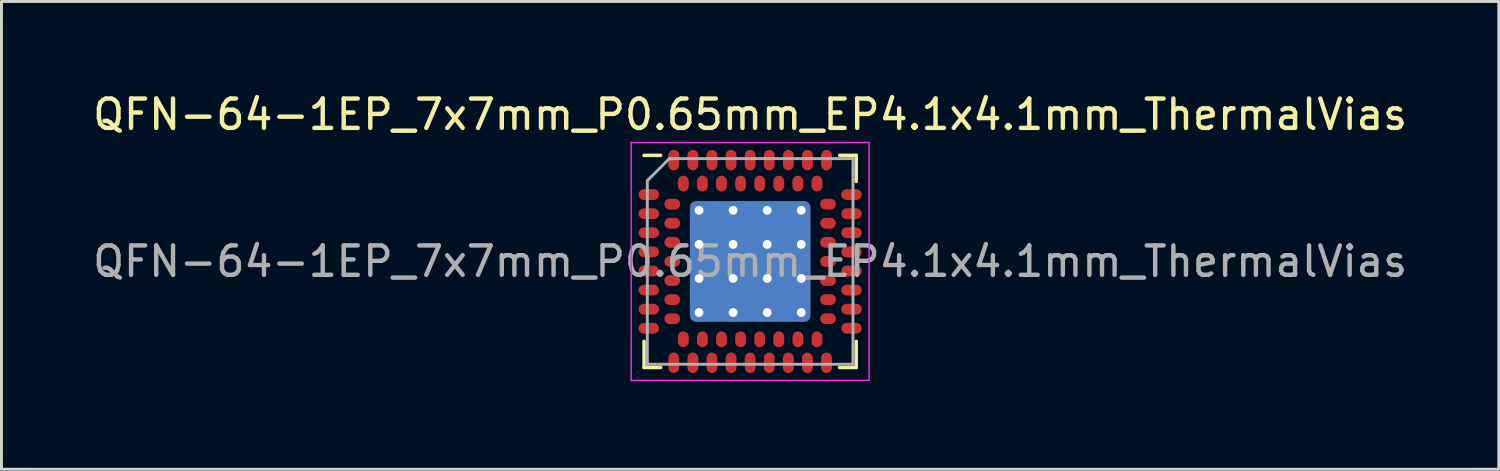
<source format=kicad_pcb>
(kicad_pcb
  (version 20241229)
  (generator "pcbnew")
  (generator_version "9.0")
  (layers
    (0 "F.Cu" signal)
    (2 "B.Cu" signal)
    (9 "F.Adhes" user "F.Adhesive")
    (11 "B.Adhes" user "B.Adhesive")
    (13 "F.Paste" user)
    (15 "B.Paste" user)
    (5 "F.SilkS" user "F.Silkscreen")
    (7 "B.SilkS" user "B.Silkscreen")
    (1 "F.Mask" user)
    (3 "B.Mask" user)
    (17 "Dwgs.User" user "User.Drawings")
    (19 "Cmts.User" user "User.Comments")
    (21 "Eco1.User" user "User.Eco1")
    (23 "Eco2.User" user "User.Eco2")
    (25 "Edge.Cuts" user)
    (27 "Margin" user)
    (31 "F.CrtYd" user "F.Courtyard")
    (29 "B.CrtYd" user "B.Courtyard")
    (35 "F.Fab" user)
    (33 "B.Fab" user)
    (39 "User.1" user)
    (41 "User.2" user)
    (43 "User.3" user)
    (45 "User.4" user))
  (footprint "QFN-64-1EP_7x7mm_P0.65mm_EP4.1x4.1mm_ThermalVias"
    (layer "F.Cu")
    (at 22.482 5.848)
    (property "Reference" "QFN-64-1EP_7x7mm_P0.65mm_EP4.1x4.1mm_ThermalVias" (at 0 -5 0) (layer "F.SilkS") (effects (font (size 1 1) (thickness 0.15))))
    (attr smd)
    (fp_line (start -3.61 3.61) (end -3.61 2.72) (stroke (width 0.12) (type solid)) (layer "F.SilkS"))
    (fp_line (start -3.045 -3.61) (end -3.61 -3.61) (stroke (width 0.12) (type solid)) (layer "F.SilkS"))
    (fp_line (start -3.045 3.61) (end -3.61 3.61) (stroke (width 0.12) (type solid)) (layer "F.SilkS"))
    (fp_line (start 3.045 -3.61) (end 3.61 -3.61) (stroke (width 0.12) (type solid)) (layer "F.SilkS"))
    (fp_line (start 3.61 -3.61) (end 3.61 -2.72) (stroke (width 0.12) (type solid)) (layer "F.SilkS"))
    (fp_line (start 3.61 2.72) (end 3.61 3.61) (stroke (width 0.12) (type solid)) (layer "F.SilkS"))
    (fp_line (start 3.61 3.61) (end 3.045 3.61) (stroke (width 0.12) (type solid)) (layer "F.SilkS"))
    (fp_line (start -4.05 -4.05) (end 4.05 -4.05) (stroke (width 0.05) (type solid)) (layer "F.CrtYd"))
    (fp_line (start -4.05 4.05) (end -4.05 -4.05) (stroke (width 0.05) (type solid)) (layer "F.CrtYd"))
    (fp_line (start 4.05 -4.05) (end 4.05 4.05) (stroke (width 0.05) (type solid)) (layer "F.CrtYd"))
    (fp_line (start 4.05 4.05) (end -4.05 4.05) (stroke (width 0.05) (type solid)) (layer "F.CrtYd"))
    (fp_line (start -3.5 -2.75) (end -2.75 -3.5) (stroke (width 0.1) (type solid)) (layer "F.Fab"))
    (fp_line (start -3.5 3.5) (end -3.5 -2.75) (stroke (width 0.1) (type solid)) (layer "F.Fab"))
    (fp_line (start -2.75 -3.5) (end 3.5 -3.5) (stroke (width 0.1) (type solid)) (layer "F.Fab"))
    (fp_line (start 3.5 -3.5) (end 3.5 3.5) (stroke (width 0.1) (type solid)) (layer "F.Fab"))
    (fp_line (start 3.5 3.5) (end -3.5 3.5) (stroke (width 0.1) (type solid)) (layer "F.Fab"))
    (fp_text user "${REFERENCE}" (at 0 0 0) (layer "F.Fab") (effects (font (size 1 1) (thickness 0.15))))
    (pad "" smd roundrect (at -1.16 -1.16) (size 1 1) (layers "F.Paste") (roundrect_rratio 0.25))
    (pad "" smd roundrect (at -1.16 0) (size 1 1) (layers "F.Paste") (roundrect_rratio 0.25))
    (pad "" smd roundrect (at -1.16 1.16) (size 1 1) (layers "F.Paste") (roundrect_rratio 0.25))
    (pad "" smd roundrect (at 0 -1.16) (size 1 1) (layers "F.Paste") (roundrect_rratio 0.25))
    (pad "" smd roundrect (at 0 0) (size 1 1) (layers "F.Paste") (roundrect_rratio 0.25))
    (pad "" smd roundrect (at 0 1.16) (size 1 1) (layers "F.Paste") (roundrect_rratio 0.25))
    (pad "" smd roundrect (at 1.16 -1.16) (size 1 1) (layers "F.Paste") (roundrect_rratio 0.25))
    (pad "" smd roundrect (at 1.16 0) (size 1 1) (layers "F.Paste") (roundrect_rratio 0.25))
    (pad "" smd roundrect (at 1.16 1.16) (size 1 1) (layers "F.Paste") (roundrect_rratio 0.25))
    (pad "A1" smd roundrect (at -3.45 -2.275) (size 0.7 0.37) (layers "F.Cu" "F.Mask" "F.Paste") (roundrect_rratio 0.5))
    (pad "A2" smd roundrect (at -3.45 -1.625) (size 0.7 0.37) (layers "F.Cu" "F.Mask" "F.Paste") (roundrect_rratio 0.5))
    (pad "A3" smd roundrect (at -3.45 -0.975) (size 0.7 0.37) (layers "F.Cu" "F.Mask" "F.Paste") (roundrect_rratio 0.5))
    (pad "A4" smd roundrect (at -3.45 -0.325) (size 0.7 0.37) (layers "F.Cu" "F.Mask" "F.Paste") (roundrect_rratio 0.5))
    (pad "A5" smd roundrect (at -3.45 0.325) (size 0.7 0.37) (layers "F.Cu" "F.Mask" "F.Paste") (roundrect_rratio 0.5))
    (pad "A6" smd roundrect (at -3.45 0.975) (size 0.7 0.37) (layers "F.Cu" "F.Mask" "F.Paste") (roundrect_rratio 0.5))
    (pad "A7" smd roundrect (at -3.45 1.625) (size 0.7 0.37) (layers "F.Cu" "F.Mask" "F.Paste") (roundrect_rratio 0.5))
    (pad "A8" smd roundrect (at -3.45 2.275) (size 0.7 0.37) (layers "F.Cu" "F.Mask" "F.Paste") (roundrect_rratio 0.5))
    (pad "A9" smd roundrect (at -2.6 3.45 90) (size 0.7 0.37) (layers "F.Cu" "F.Mask" "F.Paste") (roundrect_rratio 0.5))
    (pad "A10" smd roundrect (at -1.95 3.45 90) (size 0.7 0.37) (layers "F.Cu" "F.Mask" "F.Paste") (roundrect_rratio 0.5))
    (pad "A11" smd roundrect (at -1.3 3.45 90) (size 0.7 0.37) (layers "F.Cu" "F.Mask" "F.Paste") (roundrect_rratio 0.5))
    (pad "A12" smd roundrect (at -0.65 3.45 90) (size 0.7 0.37) (layers "F.Cu" "F.Mask" "F.Paste") (roundrect_rratio 0.5))
    (pad "A13" smd roundrect (at 0 3.45 90) (size 0.7 0.37) (layers "F.Cu" "F.Mask" "F.Paste") (roundrect_rratio 0.5))
    (pad "A14" smd roundrect (at 0.65 3.45 90) (size 0.7 0.37) (layers "F.Cu" "F.Mask" "F.Paste") (roundrect_rratio 0.5))
    (pad "A15" smd roundrect (at 1.3 3.45 90) (size 0.7 0.37) (layers "F.Cu" "F.Mask" "F.Paste") (roundrect_rratio 0.5))
    (pad "A16" smd roundrect (at 1.95 3.45 90) (size 0.7 0.37) (layers "F.Cu" "F.Mask" "F.Paste") (roundrect_rratio 0.5))
    (pad "A17" smd roundrect (at 2.6 3.45 90) (size 0.7 0.37) (layers "F.Cu" "F.Mask" "F.Paste") (roundrect_rratio 0.5))
    (pad "A18" smd roundrect (at 3.45 2.275) (size 0.7 0.37) (layers "F.Cu" "F.Mask" "F.Paste") (roundrect_rratio 0.5))
    (pad "A19" smd roundrect (at 3.45 1.625) (size 0.7 0.37) (layers "F.Cu" "F.Mask" "F.Paste") (roundrect_rratio 0.5))
    (pad "A20" smd roundrect (at 3.45 0.975) (size 0.7 0.37) (layers "F.Cu" "F.Mask" "F.Paste") (roundrect_rratio 0.5))
    (pad "A21" smd roundrect (at 3.45 0.325) (size 0.7 0.37) (layers "F.Cu" "F.Mask" "F.Paste") (roundrect_rratio 0.5))
    (pad "A22" smd roundrect (at 3.45 -0.325) (size 0.7 0.37) (layers "F.Cu" "F.Mask" "F.Paste") (roundrect_rratio 0.5))
    (pad "A23" smd roundrect (at 3.45 -0.975) (size 0.7 0.37) (layers "F.Cu" "F.Mask" "F.Paste") (roundrect_rratio 0.5))
    (pad "A24" smd roundrect (at 3.45 -1.625) (size 0.7 0.37) (layers "F.Cu" "F.Mask" "F.Paste") (roundrect_rratio 0.5))
    (pad "A25" smd roundrect (at 3.45 -2.275) (size 0.7 0.37) (layers "F.Cu" "F.Mask" "F.Paste") (roundrect_rratio 0.5))
    (pad "A26" smd roundrect (at 2.6 -3.45 90) (size 0.7 0.37) (layers "F.Cu" "F.Mask" "F.Paste") (roundrect_rratio 0.5))
    (pad "A27" smd roundrect (at 1.95 -3.45 90) (size 0.7 0.37) (layers "F.Cu" "F.Mask" "F.Paste") (roundrect_rratio 0.5))
    (pad "A28" smd roundrect (at 1.3 -3.45 90) (size 0.7 0.37) (layers "F.Cu" "F.Mask" "F.Paste") (roundrect_rratio 0.5))
    (pad "A29" smd roundrect (at 0.65 -3.45 90) (size 0.7 0.37) (layers "F.Cu" "F.Mask" "F.Paste") (roundrect_rratio 0.5))
    (pad "A30" smd roundrect (at 0 -3.45 90) (size 0.7 0.37) (layers "F.Cu" "F.Mask" "F.Paste") (roundrect_rratio 0.5))
    (pad "A31" smd roundrect (at -0.65 -3.45 90) (size 0.7 0.37) (layers "F.Cu" "F.Mask" "F.Paste") (roundrect_rratio 0.5))
    (pad "A32" smd roundrect (at -1.3 -3.45 90) (size 0.7 0.37) (layers "F.Cu" "F.Mask" "F.Paste") (roundrect_rratio 0.5))
    (pad "A33" smd roundrect (at -1.95 -3.45 90) (size 0.7 0.37) (layers "F.Cu" "F.Mask" "F.Paste") (roundrect_rratio 0.5))
    (pad "A34" smd roundrect (at -2.6 -3.45 90) (size 0.7 0.37) (layers "F.Cu" "F.Mask" "F.Paste") (roundrect_rratio 0.5))
    (pad "B1" smd roundrect (at -2.65 -1.95) (size 0.54 0.37) (layers "F.Cu" "F.Mask" "F.Paste") (roundrect_rratio 0.5))
    (pad "B2" smd roundrect (at -2.65 -1.3) (size 0.54 0.37) (layers "F.Cu" "F.Mask" "F.Paste") (roundrect_rratio 0.5))
    (pad "B3" smd roundrect (at -2.65 -0.65) (size 0.54 0.37) (layers "F.Cu" "F.Mask" "F.Paste") (roundrect_rratio 0.5))
    (pad "B4" smd roundrect (at -2.65 0) (size 0.54 0.37) (layers "F.Cu" "F.Mask" "F.Paste") (roundrect_rratio 0.5))
    (pad "B5" smd roundrect (at -2.65 0.65) (size 0.54 0.37) (layers "F.Cu" "F.Mask" "F.Paste") (roundrect_rratio 0.5))
    (pad "B6" smd roundrect (at -2.65 1.3) (size 0.54 0.37) (layers "F.Cu" "F.Mask" "F.Paste") (roundrect_rratio 0.5))
    (pad "B7" smd roundrect (at -2.65 1.95) (size 0.54 0.37) (layers "F.Cu" "F.Mask" "F.Paste") (roundrect_rratio 0.5))
    (pad "B8" smd roundrect (at -2.275 2.65 90) (size 0.54 0.37) (layers "F.Cu" "F.Mask" "F.Paste") (roundrect_rratio 0.5))
    (pad "B9" smd roundrect (at -1.625 2.65 90) (size 0.54 0.37) (layers "F.Cu" "F.Mask" "F.Paste") (roundrect_rratio 0.5))
    (pad "B10" smd roundrect (at -0.975 2.65 90) (size 0.54 0.37) (layers "F.Cu" "F.Mask" "F.Paste") (roundrect_rratio 0.5))
    (pad "B11" smd roundrect (at -0.325 2.65 90) (size 0.54 0.37) (layers "F.Cu" "F.Mask" "F.Paste") (roundrect_rratio 0.5))
    (pad "B12" smd roundrect (at 0.325 2.65 90) (size 0.54 0.37) (layers "F.Cu" "F.Mask" "F.Paste") (roundrect_rratio 0.5))
    (pad "B13" smd roundrect (at 0.975 2.65 90) (size 0.54 0.37) (layers "F.Cu" "F.Mask" "F.Paste") (roundrect_rratio 0.5))
    (pad "B14" smd roundrect (at 1.625 2.65 90) (size 0.54 0.37) (layers "F.Cu" "F.Mask" "F.Paste") (roundrect_rratio 0.5))
    (pad "B15" smd roundrect (at 2.275 2.65 90) (size 0.54 0.37) (layers "F.Cu" "F.Mask" "F.Paste") (roundrect_rratio 0.5))
    (pad "B16" smd roundrect (at 2.65 1.95) (size 0.54 0.37) (layers "F.Cu" "F.Mask" "F.Paste") (roundrect_rratio 0.5))
    (pad "B17" smd roundrect (at 2.65 1.3) (size 0.54 0.37) (layers "F.Cu" "F.Mask" "F.Paste") (roundrect_rratio 0.5))
    (pad "B18" smd roundrect (at 2.65 0.65) (size 0.54 0.37) (layers "F.Cu" "F.Mask" "F.Paste") (roundrect_rratio 0.5))
    (pad "B19" smd roundrect (at 2.65 0) (size 0.54 0.37) (layers "F.Cu" "F.Mask" "F.Paste") (roundrect_rratio 0.5))
    (pad "B20" smd roundrect (at 2.65 -0.65) (size 0.54 0.37) (layers "F.Cu" "F.Mask" "F.Paste") (roundrect_rratio 0.5))
    (pad "B21" smd roundrect (at 2.65 -1.3) (size 0.54 0.37) (layers "F.Cu" "F.Mask" "F.Paste") (roundrect_rratio 0.5))
    (pad "B22" smd roundrect (at 2.65 -1.95) (size 0.54 0.37) (layers "F.Cu" "F.Mask" "F.Paste") (roundrect_rratio 0.5))
    (pad "B23" smd roundrect (at 2.275 -2.65 90) (size 0.54 0.37) (layers "F.Cu" "F.Mask" "F.Paste") (roundrect_rratio 0.5))
    (pad "B24" smd roundrect (at 1.625 -2.65 90) (size 0.54 0.37) (layers "F.Cu" "F.Mask" "F.Paste") (roundrect_rratio 0.5))
    (pad "B25" smd roundrect (at 0.975 -2.65 90) (size 0.54 0.37) (layers "F.Cu" "F.Mask" "F.Paste") (roundrect_rratio 0.5))
    (pad "B26" smd roundrect (at 0.325 -2.65 90) (size 0.54 0.37) (layers "F.Cu" "F.Mask" "F.Paste") (roundrect_rratio 0.5))
    (pad "B27" smd roundrect (at -0.325 -2.65 90) (size 0.54 0.37) (layers "F.Cu" "F.Mask" "F.Paste") (roundrect_rratio 0.5))
    (pad "B28" smd roundrect (at -0.975 -2.65 90) (size 0.54 0.37) (layers "F.Cu" "F.Mask" "F.Paste") (roundrect_rratio 0.5))
    (pad "B29" smd roundrect (at -1.625 -2.65 90) (size 0.54 0.37) (layers "F.Cu" "F.Mask" "F.Paste") (roundrect_rratio 0.5))
    (pad "B30" smd roundrect (at -2.275 -2.65 90) (size 0.54 0.37) (layers "F.Cu" "F.Mask" "F.Paste") (roundrect_rratio 0.5))
    (pad "EP" thru_hole circle (at -1.74 -1.74) (size 0.6 0.6) (drill 0.3) (layers "*.Cu"))
    (pad "EP" thru_hole circle (at -1.74 -0.58) (size 0.6 0.6) (drill 0.3) (layers "*.Cu"))
    (pad "EP" thru_hole circle (at -1.74 0.58) (size 0.6 0.6) (drill 0.3) (layers "*.Cu"))
    (pad "EP" thru_hole circle (at -1.74 1.74) (size 0.6 0.6) (drill 0.3) (layers "*.Cu"))
    (pad "EP" thru_hole circle (at -0.58 -1.74) (size 0.6 0.6) (drill 0.3) (layers "*.Cu"))
    (pad "EP" thru_hole circle (at -0.58 -0.58) (size 0.6 0.6) (drill 0.3) (layers "*.Cu"))
    (pad "EP" thru_hole circle (at -0.58 0.58) (size 0.6 0.6) (drill 0.3) (layers "*.Cu"))
    (pad "EP" thru_hole circle (at -0.58 1.74) (size 0.6 0.6) (drill 0.3) (layers "*.Cu"))
    (pad "EP" smd roundrect (at 0 0) (size 4.1 4.1) (layers "F.Cu" "F.Mask") (roundrect_rratio 0.05))
    (pad "EP" smd roundrect (at 0 0) (size 4.1 4.1) (layers "B.Cu") (roundrect_rratio 0.05))
    (pad "EP" thru_hole circle (at 0.58 -1.74) (size 0.6 0.6) (drill 0.3) (layers "*.Cu"))
    (pad "EP" thru_hole circle (at 0.58 -0.58) (size 0.6 0.6) (drill 0.3) (layers "*.Cu"))
    (pad "EP" thru_hole circle (at 0.58 0.58) (size 0.6 0.6) (drill 0.3) (layers "*.Cu"))
    (pad "EP" thru_hole circle (at 0.58 1.74) (size 0.6 0.6) (drill 0.3) (layers "*.Cu"))
    (pad "EP" thru_hole circle (at 1.74 -1.74) (size 0.6 0.6) (drill 0.3) (layers "*.Cu"))
    (pad "EP" thru_hole circle (at 1.74 -0.58) (size 0.6 0.6) (drill 0.3) (layers "*.Cu"))
    (pad "EP" thru_hole circle (at 1.74 0.58) (size 0.6 0.6) (drill 0.3) (layers "*.Cu"))
    (pad "EP" thru_hole circle (at 1.74 1.74) (size 0.6 0.6) (drill 0.3) (layers "*.Cu")))
  (gr_rect
    (start -3 -3)
    (end 47.964 12.923)
    (stroke (width 0.1) (type default))
    (fill no)
    (layer "Edge.Cuts")))
</source>
